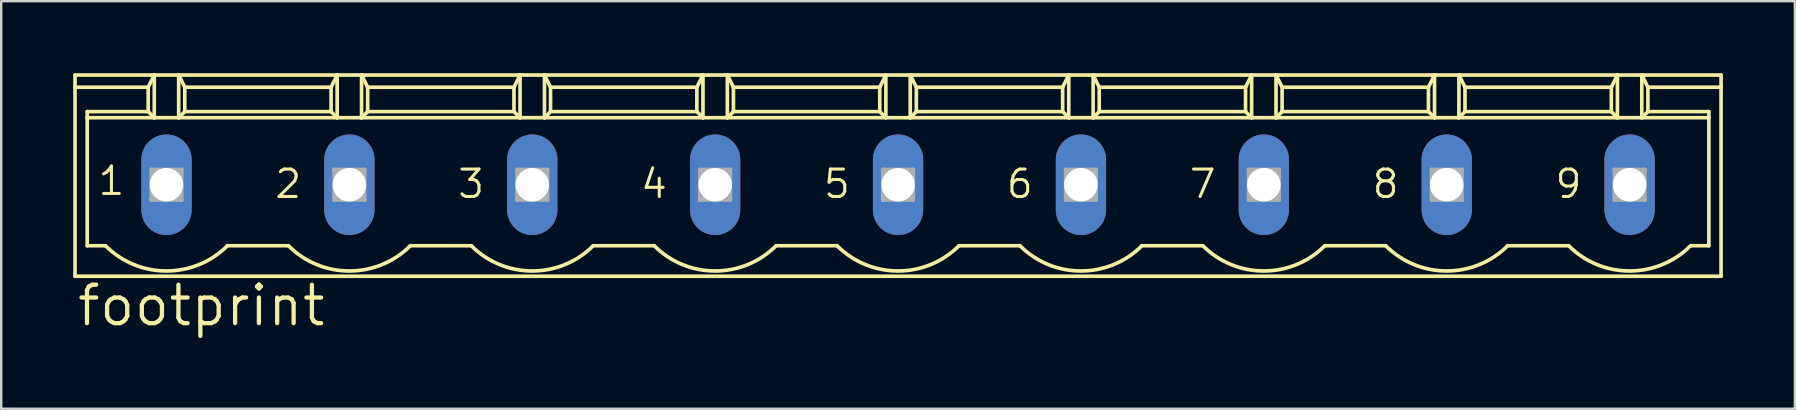
<source format=kicad_pcb>
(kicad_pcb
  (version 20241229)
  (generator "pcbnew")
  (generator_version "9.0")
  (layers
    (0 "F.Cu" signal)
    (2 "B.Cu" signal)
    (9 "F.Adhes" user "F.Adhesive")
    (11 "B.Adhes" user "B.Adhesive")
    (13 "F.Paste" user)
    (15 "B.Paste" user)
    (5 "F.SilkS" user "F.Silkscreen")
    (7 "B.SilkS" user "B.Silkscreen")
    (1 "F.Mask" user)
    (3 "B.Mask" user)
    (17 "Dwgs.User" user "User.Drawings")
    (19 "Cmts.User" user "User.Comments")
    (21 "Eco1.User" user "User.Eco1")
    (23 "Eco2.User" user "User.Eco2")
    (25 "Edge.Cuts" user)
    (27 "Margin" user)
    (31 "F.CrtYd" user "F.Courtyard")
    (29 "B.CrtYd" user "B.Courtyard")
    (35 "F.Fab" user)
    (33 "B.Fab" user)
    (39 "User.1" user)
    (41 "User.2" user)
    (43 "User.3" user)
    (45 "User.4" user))
  (footprint "footprint"
    (layer "F.Cu")
    (at 34.366 4.648)
    (property "Reference" "footprint" (at -34.29 5.969 0) (layer "F.SilkS") (effects (font (size 1.6 1.6) (thickness 0.178)) (justify left bottom)))
    (fp_line (start -34.29 -4.572) (end -30.988 -4.572) (stroke (width 0.152) (type solid)) (layer "F.SilkS"))
    (fp_line (start -34.29 -4.064) (end -34.29 -4.572) (stroke (width 0.152) (type solid)) (layer "F.SilkS"))
    (fp_line (start -34.29 -4.064) (end -31.242 -4.064) (stroke (width 0.152) (type solid)) (layer "F.SilkS"))
    (fp_line (start -34.29 3.81) (end -34.29 -4.064) (stroke (width 0.152) (type solid)) (layer "F.SilkS"))
    (fp_line (start -33.782 -3.048) (end -31.242 -3.048) (stroke (width 0.152) (type solid)) (layer "F.SilkS"))
    (fp_line (start -33.782 -2.794) (end -33.782 -3.048) (stroke (width 0.152) (type solid)) (layer "F.SilkS"))
    (fp_line (start -33.782 -2.794) (end -30.988 -2.794) (stroke (width 0.152) (type solid)) (layer "F.SilkS"))
    (fp_line (start -33.782 2.54) (end -33.782 -2.794) (stroke (width 0.152) (type solid)) (layer "F.SilkS"))
    (fp_line (start -33.02 2.54) (end -33.782 2.54) (stroke (width 0.152) (type solid)) (layer "F.SilkS"))
    (fp_line (start -31.242 -4.064) (end -30.988 -4.572) (stroke (width 0.152) (type solid)) (layer "F.SilkS"))
    (fp_line (start -31.242 -3.048) (end -31.242 -4.064) (stroke (width 0.152) (type solid)) (layer "F.SilkS"))
    (fp_line (start -31.242 -3.048) (end -30.988 -2.794) (stroke (width 0.152) (type solid)) (layer "F.SilkS"))
    (fp_line (start -30.988 -4.572) (end -29.972 -4.572) (stroke (width 0.152) (type solid)) (layer "F.SilkS"))
    (fp_line (start -30.988 -2.794) (end -30.988 -4.572) (stroke (width 0.152) (type solid)) (layer "F.SilkS"))
    (fp_line (start -30.988 -2.794) (end -29.972 -2.794) (stroke (width 0.152) (type solid)) (layer "F.SilkS"))
    (fp_line (start -29.972 -4.572) (end -29.718 -4.064) (stroke (width 0.152) (type solid)) (layer "F.SilkS"))
    (fp_line (start -29.972 -4.572) (end -23.368 -4.572) (stroke (width 0.152) (type solid)) (layer "F.SilkS"))
    (fp_line (start -29.972 -2.794) (end -29.972 -4.572) (stroke (width 0.152) (type solid)) (layer "F.SilkS"))
    (fp_line (start -29.972 -2.794) (end -23.368 -2.794) (stroke (width 0.152) (type solid)) (layer "F.SilkS"))
    (fp_line (start -29.718 -4.064) (end -29.718 -3.048) (stroke (width 0.152) (type solid)) (layer "F.SilkS"))
    (fp_line (start -29.718 -4.064) (end -23.622 -4.064) (stroke (width 0.152) (type solid)) (layer "F.SilkS"))
    (fp_line (start -29.718 -3.048) (end -29.972 -2.794) (stroke (width 0.152) (type solid)) (layer "F.SilkS"))
    (fp_line (start -25.4 2.54) (end -27.94 2.54) (stroke (width 0.152) (type solid)) (layer "F.SilkS"))
    (fp_line (start -23.622 -4.064) (end -23.622 -3.048) (stroke (width 0.152) (type solid)) (layer "F.SilkS"))
    (fp_line (start -23.622 -4.064) (end -23.368 -4.572) (stroke (width 0.152) (type solid)) (layer "F.SilkS"))
    (fp_line (start -23.622 -3.048) (end -29.718 -3.048) (stroke (width 0.152) (type solid)) (layer "F.SilkS"))
    (fp_line (start -23.622 -3.048) (end -23.368 -2.794) (stroke (width 0.152) (type solid)) (layer "F.SilkS"))
    (fp_line (start -23.368 -4.572) (end -22.352 -4.572) (stroke (width 0.152) (type solid)) (layer "F.SilkS"))
    (fp_line (start -23.368 -2.794) (end -23.368 -4.572) (stroke (width 0.152) (type solid)) (layer "F.SilkS"))
    (fp_line (start -23.368 -2.794) (end -22.352 -2.794) (stroke (width 0.152) (type solid)) (layer "F.SilkS"))
    (fp_line (start -22.352 -4.572) (end -22.098 -4.064) (stroke (width 0.152) (type solid)) (layer "F.SilkS"))
    (fp_line (start -22.352 -4.572) (end -15.748 -4.572) (stroke (width 0.152) (type solid)) (layer "F.SilkS"))
    (fp_line (start -22.352 -2.794) (end -22.352 -4.572) (stroke (width 0.152) (type solid)) (layer "F.SilkS"))
    (fp_line (start -22.352 -2.794) (end -15.748 -2.794) (stroke (width 0.152) (type solid)) (layer "F.SilkS"))
    (fp_line (start -22.098 -4.064) (end -22.098 -3.048) (stroke (width 0.152) (type solid)) (layer "F.SilkS"))
    (fp_line (start -22.098 -4.064) (end -16.002 -4.064) (stroke (width 0.152) (type solid)) (layer "F.SilkS"))
    (fp_line (start -22.098 -3.048) (end -22.352 -2.794) (stroke (width 0.152) (type solid)) (layer "F.SilkS"))
    (fp_line (start -22.098 -3.048) (end -16.002 -3.048) (stroke (width 0.152) (type solid)) (layer "F.SilkS"))
    (fp_line (start -17.78 2.54) (end -20.32 2.54) (stroke (width 0.152) (type solid)) (layer "F.SilkS"))
    (fp_line (start -16.002 -4.064) (end -15.748 -4.572) (stroke (width 0.152) (type solid)) (layer "F.SilkS"))
    (fp_line (start -16.002 -3.048) (end -16.002 -4.064) (stroke (width 0.152) (type solid)) (layer "F.SilkS"))
    (fp_line (start -16.002 -3.048) (end -15.748 -2.794) (stroke (width 0.152) (type solid)) (layer "F.SilkS"))
    (fp_line (start -15.748 -4.572) (end -14.732 -4.572) (stroke (width 0.152) (type solid)) (layer "F.SilkS"))
    (fp_line (start -15.748 -2.794) (end -15.748 -4.572) (stroke (width 0.152) (type solid)) (layer "F.SilkS"))
    (fp_line (start -15.748 -2.794) (end -14.732 -2.794) (stroke (width 0.152) (type solid)) (layer "F.SilkS"))
    (fp_line (start -14.732 -4.572) (end -14.478 -4.064) (stroke (width 0.152) (type solid)) (layer "F.SilkS"))
    (fp_line (start -14.732 -4.572) (end -8.128 -4.572) (stroke (width 0.152) (type solid)) (layer "F.SilkS"))
    (fp_line (start -14.732 -2.794) (end -14.732 -4.572) (stroke (width 0.152) (type solid)) (layer "F.SilkS"))
    (fp_line (start -14.732 -2.794) (end -8.128 -2.794) (stroke (width 0.152) (type solid)) (layer "F.SilkS"))
    (fp_line (start -14.478 -4.064) (end -14.478 -3.048) (stroke (width 0.152) (type solid)) (layer "F.SilkS"))
    (fp_line (start -14.478 -4.064) (end -8.382 -4.064) (stroke (width 0.152) (type solid)) (layer "F.SilkS"))
    (fp_line (start -14.478 -3.048) (end -14.732 -2.794) (stroke (width 0.152) (type solid)) (layer "F.SilkS"))
    (fp_line (start -10.16 2.54) (end -12.7 2.54) (stroke (width 0.152) (type solid)) (layer "F.SilkS"))
    (fp_line (start -8.382 -4.064) (end -8.382 -3.048) (stroke (width 0.152) (type solid)) (layer "F.SilkS"))
    (fp_line (start -8.382 -4.064) (end -8.128 -4.572) (stroke (width 0.152) (type solid)) (layer "F.SilkS"))
    (fp_line (start -8.382 -3.048) (end -14.478 -3.048) (stroke (width 0.152) (type solid)) (layer "F.SilkS"))
    (fp_line (start -8.382 -3.048) (end -8.128 -2.794) (stroke (width 0.152) (type solid)) (layer "F.SilkS"))
    (fp_line (start -8.128 -4.572) (end -7.112 -4.572) (stroke (width 0.152) (type solid)) (layer "F.SilkS"))
    (fp_line (start -8.128 -2.794) (end -8.128 -4.572) (stroke (width 0.152) (type solid)) (layer "F.SilkS"))
    (fp_line (start -8.128 -2.794) (end -7.112 -2.794) (stroke (width 0.152) (type solid)) (layer "F.SilkS"))
    (fp_line (start -7.112 -4.572) (end -6.858 -4.064) (stroke (width 0.152) (type solid)) (layer "F.SilkS"))
    (fp_line (start -7.112 -4.572) (end -0.508 -4.572) (stroke (width 0.152) (type solid)) (layer "F.SilkS"))
    (fp_line (start -7.112 -2.794) (end -7.112 -4.572) (stroke (width 0.152) (type solid)) (layer "F.SilkS"))
    (fp_line (start -7.112 -2.794) (end -0.508 -2.794) (stroke (width 0.152) (type solid)) (layer "F.SilkS"))
    (fp_line (start -6.858 -4.064) (end -6.858 -3.048) (stroke (width 0.152) (type solid)) (layer "F.SilkS"))
    (fp_line (start -6.858 -4.064) (end -0.762 -4.064) (stroke (width 0.152) (type solid)) (layer "F.SilkS"))
    (fp_line (start -6.858 -3.048) (end -7.112 -2.794) (stroke (width 0.152) (type solid)) (layer "F.SilkS"))
    (fp_line (start -6.858 -3.048) (end -0.762 -3.048) (stroke (width 0.152) (type solid)) (layer "F.SilkS"))
    (fp_line (start -2.54 2.54) (end -5.08 2.54) (stroke (width 0.152) (type solid)) (layer "F.SilkS"))
    (fp_line (start -0.762 -4.064) (end -0.762 -3.048) (stroke (width 0.152) (type solid)) (layer "F.SilkS"))
    (fp_line (start -0.762 -4.064) (end -0.508 -4.572) (stroke (width 0.152) (type solid)) (layer "F.SilkS"))
    (fp_line (start -0.762 -3.048) (end -0.508 -2.794) (stroke (width 0.152) (type solid)) (layer "F.SilkS"))
    (fp_line (start -0.508 -4.572) (end 0.508 -4.572) (stroke (width 0.152) (type solid)) (layer "F.SilkS"))
    (fp_line (start -0.508 -2.794) (end -0.508 -4.572) (stroke (width 0.152) (type solid)) (layer "F.SilkS"))
    (fp_line (start -0.508 -2.794) (end 0.508 -2.794) (stroke (width 0.152) (type solid)) (layer "F.SilkS"))
    (fp_line (start 0.508 -4.572) (end 0.762 -4.064) (stroke (width 0.152) (type solid)) (layer "F.SilkS"))
    (fp_line (start 0.508 -4.572) (end 7.112 -4.572) (stroke (width 0.152) (type solid)) (layer "F.SilkS"))
    (fp_line (start 0.508 -2.794) (end 0.508 -4.572) (stroke (width 0.152) (type solid)) (layer "F.SilkS"))
    (fp_line (start 0.508 -2.794) (end 7.112 -2.794) (stroke (width 0.152) (type solid)) (layer "F.SilkS"))
    (fp_line (start 0.762 -4.064) (end 0.762 -3.048) (stroke (width 0.152) (type solid)) (layer "F.SilkS"))
    (fp_line (start 0.762 -4.064) (end 6.858 -4.064) (stroke (width 0.152) (type solid)) (layer "F.SilkS"))
    (fp_line (start 0.762 -3.048) (end 0.508 -2.794) (stroke (width 0.152) (type solid)) (layer "F.SilkS"))
    (fp_line (start 0.762 -3.048) (end 6.858 -3.048) (stroke (width 0.152) (type solid)) (layer "F.SilkS"))
    (fp_line (start 5.08 2.54) (end 2.54 2.54) (stroke (width 0.152) (type solid)) (layer "F.SilkS"))
    (fp_line (start 6.858 -4.064) (end 6.858 -3.048) (stroke (width 0.152) (type solid)) (layer "F.SilkS"))
    (fp_line (start 6.858 -4.064) (end 7.112 -4.572) (stroke (width 0.152) (type solid)) (layer "F.SilkS"))
    (fp_line (start 6.858 -3.048) (end 7.112 -2.794) (stroke (width 0.152) (type solid)) (layer "F.SilkS"))
    (fp_line (start 7.112 -4.572) (end 8.128 -4.572) (stroke (width 0.152) (type solid)) (layer "F.SilkS"))
    (fp_line (start 7.112 -2.794) (end 7.112 -4.572) (stroke (width 0.152) (type solid)) (layer "F.SilkS"))
    (fp_line (start 7.112 -2.794) (end 8.128 -2.794) (stroke (width 0.152) (type solid)) (layer "F.SilkS"))
    (fp_line (start 8.128 -4.572) (end 8.382 -4.064) (stroke (width 0.152) (type solid)) (layer "F.SilkS"))
    (fp_line (start 8.128 -4.572) (end 14.732 -4.572) (stroke (width 0.152) (type solid)) (layer "F.SilkS"))
    (fp_line (start 8.128 -2.794) (end 8.128 -4.572) (stroke (width 0.152) (type solid)) (layer "F.SilkS"))
    (fp_line (start 8.128 -2.794) (end 14.732 -2.794) (stroke (width 0.152) (type solid)) (layer "F.SilkS"))
    (fp_line (start 8.382 -4.064) (end 8.382 -3.048) (stroke (width 0.152) (type solid)) (layer "F.SilkS"))
    (fp_line (start 8.382 -4.064) (end 14.478 -4.064) (stroke (width 0.152) (type solid)) (layer "F.SilkS"))
    (fp_line (start 8.382 -3.048) (end 8.128 -2.794) (stroke (width 0.152) (type solid)) (layer "F.SilkS"))
    (fp_line (start 8.382 -3.048) (end 14.478 -3.048) (stroke (width 0.152) (type solid)) (layer "F.SilkS"))
    (fp_line (start 12.7 2.54) (end 10.16 2.54) (stroke (width 0.152) (type solid)) (layer "F.SilkS"))
    (fp_line (start 14.478 -4.064) (end 14.478 -3.048) (stroke (width 0.152) (type solid)) (layer "F.SilkS"))
    (fp_line (start 14.478 -4.064) (end 14.732 -4.572) (stroke (width 0.152) (type solid)) (layer "F.SilkS"))
    (fp_line (start 14.478 -3.048) (end 14.732 -2.794) (stroke (width 0.152) (type solid)) (layer "F.SilkS"))
    (fp_line (start 14.732 -4.572) (end 15.748 -4.572) (stroke (width 0.152) (type solid)) (layer "F.SilkS"))
    (fp_line (start 14.732 -2.794) (end 14.732 -4.572) (stroke (width 0.152) (type solid)) (layer "F.SilkS"))
    (fp_line (start 14.732 -2.794) (end 15.748 -2.794) (stroke (width 0.152) (type solid)) (layer "F.SilkS"))
    (fp_line (start 15.748 -4.572) (end 16.002 -4.064) (stroke (width 0.152) (type solid)) (layer "F.SilkS"))
    (fp_line (start 15.748 -4.572) (end 22.352 -4.572) (stroke (width 0.152) (type solid)) (layer "F.SilkS"))
    (fp_line (start 15.748 -2.794) (end 15.748 -4.572) (stroke (width 0.152) (type solid)) (layer "F.SilkS"))
    (fp_line (start 15.748 -2.794) (end 22.352 -2.794) (stroke (width 0.152) (type solid)) (layer "F.SilkS"))
    (fp_line (start 16.002 -4.064) (end 16.002 -3.048) (stroke (width 0.152) (type solid)) (layer "F.SilkS"))
    (fp_line (start 16.002 -4.064) (end 22.098 -4.064) (stroke (width 0.152) (type solid)) (layer "F.SilkS"))
    (fp_line (start 16.002 -3.048) (end 15.748 -2.794) (stroke (width 0.152) (type solid)) (layer "F.SilkS"))
    (fp_line (start 16.002 -3.048) (end 22.098 -3.048) (stroke (width 0.152) (type solid)) (layer "F.SilkS"))
    (fp_line (start 20.32 2.54) (end 17.78 2.54) (stroke (width 0.152) (type solid)) (layer "F.SilkS"))
    (fp_line (start 22.098 -4.064) (end 22.098 -3.048) (stroke (width 0.152) (type solid)) (layer "F.SilkS"))
    (fp_line (start 22.098 -4.064) (end 22.352 -4.572) (stroke (width 0.152) (type solid)) (layer "F.SilkS"))
    (fp_line (start 22.098 -3.048) (end 22.352 -2.794) (stroke (width 0.152) (type solid)) (layer "F.SilkS"))
    (fp_line (start 22.352 -4.572) (end 23.368 -4.572) (stroke (width 0.152) (type solid)) (layer "F.SilkS"))
    (fp_line (start 22.352 -2.794) (end 22.352 -4.572) (stroke (width 0.152) (type solid)) (layer "F.SilkS"))
    (fp_line (start 22.352 -2.794) (end 23.368 -2.794) (stroke (width 0.152) (type solid)) (layer "F.SilkS"))
    (fp_line (start 23.368 -4.572) (end 23.622 -4.064) (stroke (width 0.152) (type solid)) (layer "F.SilkS"))
    (fp_line (start 23.368 -4.572) (end 29.972 -4.572) (stroke (width 0.152) (type solid)) (layer "F.SilkS"))
    (fp_line (start 23.368 -2.794) (end 23.368 -4.572) (stroke (width 0.152) (type solid)) (layer "F.SilkS"))
    (fp_line (start 23.368 -2.794) (end 29.972 -2.794) (stroke (width 0.152) (type solid)) (layer "F.SilkS"))
    (fp_line (start 23.622 -4.064) (end 23.622 -3.048) (stroke (width 0.152) (type solid)) (layer "F.SilkS"))
    (fp_line (start 23.622 -4.064) (end 29.718 -4.064) (stroke (width 0.152) (type solid)) (layer "F.SilkS"))
    (fp_line (start 23.622 -3.048) (end 23.368 -2.794) (stroke (width 0.152) (type solid)) (layer "F.SilkS"))
    (fp_line (start 23.622 -3.048) (end 29.718 -3.048) (stroke (width 0.152) (type solid)) (layer "F.SilkS"))
    (fp_line (start 27.94 2.54) (end 25.4 2.54) (stroke (width 0.152) (type solid)) (layer "F.SilkS"))
    (fp_line (start 29.718 -4.064) (end 29.718 -3.048) (stroke (width 0.152) (type solid)) (layer "F.SilkS"))
    (fp_line (start 29.718 -4.064) (end 29.972 -4.572) (stroke (width 0.152) (type solid)) (layer "F.SilkS"))
    (fp_line (start 29.718 -3.048) (end 29.972 -2.794) (stroke (width 0.152) (type solid)) (layer "F.SilkS"))
    (fp_line (start 29.972 -4.572) (end 30.988 -4.572) (stroke (width 0.152) (type solid)) (layer "F.SilkS"))
    (fp_line (start 29.972 -2.794) (end 29.972 -4.572) (stroke (width 0.152) (type solid)) (layer "F.SilkS"))
    (fp_line (start 29.972 -2.794) (end 30.988 -2.794) (stroke (width 0.152) (type solid)) (layer "F.SilkS"))
    (fp_line (start 30.988 -4.572) (end 31.242 -4.064) (stroke (width 0.152) (type solid)) (layer "F.SilkS"))
    (fp_line (start 30.988 -4.572) (end 34.29 -4.572) (stroke (width 0.152) (type solid)) (layer "F.SilkS"))
    (fp_line (start 30.988 -2.794) (end 30.988 -4.572) (stroke (width 0.152) (type solid)) (layer "F.SilkS"))
    (fp_line (start 30.988 -2.794) (end 33.782 -2.794) (stroke (width 0.152) (type solid)) (layer "F.SilkS"))
    (fp_line (start 31.242 -4.064) (end 31.242 -3.048) (stroke (width 0.152) (type solid)) (layer "F.SilkS"))
    (fp_line (start 31.242 -4.064) (end 34.29 -4.064) (stroke (width 0.152) (type solid)) (layer "F.SilkS"))
    (fp_line (start 31.242 -3.048) (end 30.988 -2.794) (stroke (width 0.152) (type solid)) (layer "F.SilkS"))
    (fp_line (start 31.242 -3.048) (end 33.782 -3.048) (stroke (width 0.152) (type solid)) (layer "F.SilkS"))
    (fp_line (start 33.782 -3.048) (end 33.782 -2.794) (stroke (width 0.152) (type solid)) (layer "F.SilkS"))
    (fp_line (start 33.782 -2.794) (end 33.782 2.54) (stroke (width 0.152) (type solid)) (layer "F.SilkS"))
    (fp_line (start 33.782 2.54) (end 33.02 2.54) (stroke (width 0.152) (type solid)) (layer "F.SilkS"))
    (fp_line (start 34.29 -4.064) (end 34.29 -4.572) (stroke (width 0.152) (type solid)) (layer "F.SilkS"))
    (fp_line (start 34.29 3.81) (end -34.29 3.81) (stroke (width 0.152) (type solid)) (layer "F.SilkS"))
    (fp_line (start 34.29 3.81) (end 34.29 -4.064) (stroke (width 0.152) (type solid)) (layer "F.SilkS"))
    (fp_arc (start -27.94 2.54) (mid -30.48 3.592102) (end -33.02 2.54) (stroke (width 0.1524) (type solid)) (layer "F.SilkS"))
    (fp_arc (start -20.32 2.54) (mid -22.86 3.592102) (end -25.4 2.54) (stroke (width 0.1524) (type solid)) (layer "F.SilkS"))
    (fp_arc (start -12.7 2.54) (mid -15.24 3.592102) (end -17.78 2.54) (stroke (width 0.1524) (type solid)) (layer "F.SilkS"))
    (fp_arc (start -5.08 2.54) (mid -7.62 3.592102) (end -10.16 2.54) (stroke (width 0.1524) (type solid)) (layer "F.SilkS"))
    (fp_arc (start 2.54 2.54) (mid 0 3.592102) (end -2.54 2.54) (stroke (width 0.1524) (type solid)) (layer "F.SilkS"))
    (fp_arc (start 10.16 2.54) (mid 7.62 3.592102) (end 5.08 2.54) (stroke (width 0.1524) (type solid)) (layer "F.SilkS"))
    (fp_arc (start 17.78 2.54) (mid 15.24 3.592102) (end 12.7 2.54) (stroke (width 0.1524) (type solid)) (layer "F.SilkS"))
    (fp_arc (start 25.4 2.54) (mid 22.86 3.592102) (end 20.32 2.54) (stroke (width 0.1524) (type solid)) (layer "F.SilkS"))
    (fp_arc (start 33.02 2.54) (mid 30.48 3.592102) (end 27.94 2.54) (stroke (width 0.1524) (type solid)) (layer "F.SilkS"))
    (fp_line (start -31.115 -0.635) (end -31.115 0.635) (stroke (width 0.152) (type solid)) (layer "F.Fab"))
    (fp_line (start -31.115 -0.635) (end -29.845 0.635) (stroke (width 0.152) (type solid)) (layer "F.Fab"))
    (fp_line (start -31.115 0.635) (end -29.845 -0.635) (stroke (width 0.152) (type solid)) (layer "F.Fab"))
    (fp_line (start -31.115 0.635) (end -29.845 0.635) (stroke (width 0.152) (type solid)) (layer "F.Fab"))
    (fp_line (start -29.845 -0.635) (end -31.115 -0.635) (stroke (width 0.152) (type solid)) (layer "F.Fab"))
    (fp_line (start -29.845 0.635) (end -29.845 -0.635) (stroke (width 0.152) (type solid)) (layer "F.Fab"))
    (fp_line (start -23.495 -0.635) (end -23.495 0.635) (stroke (width 0.152) (type solid)) (layer "F.Fab"))
    (fp_line (start -23.495 -0.635) (end -22.225 0.635) (stroke (width 0.152) (type solid)) (layer "F.Fab"))
    (fp_line (start -23.495 0.635) (end -22.225 -0.635) (stroke (width 0.152) (type solid)) (layer "F.Fab"))
    (fp_line (start -23.495 0.635) (end -22.225 0.635) (stroke (width 0.152) (type solid)) (layer "F.Fab"))
    (fp_line (start -22.225 -0.635) (end -23.495 -0.635) (stroke (width 0.152) (type solid)) (layer "F.Fab"))
    (fp_line (start -22.225 0.635) (end -22.225 -0.635) (stroke (width 0.152) (type solid)) (layer "F.Fab"))
    (fp_line (start -15.875 -0.635) (end -15.875 0.635) (stroke (width 0.152) (type solid)) (layer "F.Fab"))
    (fp_line (start -15.875 -0.635) (end -14.605 0.635) (stroke (width 0.152) (type solid)) (layer "F.Fab"))
    (fp_line (start -15.875 0.635) (end -14.605 -0.635) (stroke (width 0.152) (type solid)) (layer "F.Fab"))
    (fp_line (start -15.875 0.635) (end -14.605 0.635) (stroke (width 0.152) (type solid)) (layer "F.Fab"))
    (fp_line (start -14.605 -0.635) (end -15.875 -0.635) (stroke (width 0.152) (type solid)) (layer "F.Fab"))
    (fp_line (start -14.605 0.635) (end -14.605 -0.635) (stroke (width 0.152) (type solid)) (layer "F.Fab"))
    (fp_line (start -8.255 -0.635) (end -8.255 0.635) (stroke (width 0.152) (type solid)) (layer "F.Fab"))
    (fp_line (start -8.255 -0.635) (end -6.985 0.635) (stroke (width 0.152) (type solid)) (layer "F.Fab"))
    (fp_line (start -8.255 0.635) (end -6.985 -0.635) (stroke (width 0.152) (type solid)) (layer "F.Fab"))
    (fp_line (start -8.255 0.635) (end -6.985 0.635) (stroke (width 0.152) (type solid)) (layer "F.Fab"))
    (fp_line (start -6.985 -0.635) (end -8.255 -0.635) (stroke (width 0.152) (type solid)) (layer "F.Fab"))
    (fp_line (start -6.985 0.635) (end -6.985 -0.635) (stroke (width 0.152) (type solid)) (layer "F.Fab"))
    (fp_line (start -0.635 -0.635) (end -0.635 0.635) (stroke (width 0.152) (type solid)) (layer "F.Fab"))
    (fp_line (start -0.635 -0.635) (end 0.635 0.635) (stroke (width 0.152) (type solid)) (layer "F.Fab"))
    (fp_line (start -0.635 0.635) (end 0.635 -0.635) (stroke (width 0.152) (type solid)) (layer "F.Fab"))
    (fp_line (start -0.635 0.635) (end 0.635 0.635) (stroke (width 0.152) (type solid)) (layer "F.Fab"))
    (fp_line (start 0.635 -0.635) (end -0.635 -0.635) (stroke (width 0.152) (type solid)) (layer "F.Fab"))
    (fp_line (start 0.635 0.635) (end 0.635 -0.635) (stroke (width 0.152) (type solid)) (layer "F.Fab"))
    (fp_line (start 6.985 -0.635) (end 6.985 0.635) (stroke (width 0.152) (type solid)) (layer "F.Fab"))
    (fp_line (start 6.985 -0.635) (end 8.255 0.635) (stroke (width 0.152) (type solid)) (layer "F.Fab"))
    (fp_line (start 6.985 0.635) (end 8.255 -0.635) (stroke (width 0.152) (type solid)) (layer "F.Fab"))
    (fp_line (start 6.985 0.635) (end 8.255 0.635) (stroke (width 0.152) (type solid)) (layer "F.Fab"))
    (fp_line (start 8.255 -0.635) (end 6.985 -0.635) (stroke (width 0.152) (type solid)) (layer "F.Fab"))
    (fp_line (start 8.255 0.635) (end 8.255 -0.635) (stroke (width 0.152) (type solid)) (layer "F.Fab"))
    (fp_line (start 14.605 -0.635) (end 14.605 0.635) (stroke (width 0.152) (type solid)) (layer "F.Fab"))
    (fp_line (start 14.605 -0.635) (end 15.875 0.635) (stroke (width 0.152) (type solid)) (layer "F.Fab"))
    (fp_line (start 14.605 0.635) (end 15.875 -0.635) (stroke (width 0.152) (type solid)) (layer "F.Fab"))
    (fp_line (start 14.605 0.635) (end 15.875 0.635) (stroke (width 0.152) (type solid)) (layer "F.Fab"))
    (fp_line (start 15.875 -0.635) (end 14.605 -0.635) (stroke (width 0.152) (type solid)) (layer "F.Fab"))
    (fp_line (start 15.875 0.635) (end 15.875 -0.635) (stroke (width 0.152) (type solid)) (layer "F.Fab"))
    (fp_line (start 22.225 -0.635) (end 22.225 0.635) (stroke (width 0.152) (type solid)) (layer "F.Fab"))
    (fp_line (start 22.225 -0.635) (end 23.495 0.635) (stroke (width 0.152) (type solid)) (layer "F.Fab"))
    (fp_line (start 22.225 0.635) (end 23.495 -0.635) (stroke (width 0.152) (type solid)) (layer "F.Fab"))
    (fp_line (start 22.225 0.635) (end 23.495 0.635) (stroke (width 0.152) (type solid)) (layer "F.Fab"))
    (fp_line (start 23.495 -0.635) (end 22.225 -0.635) (stroke (width 0.152) (type solid)) (layer "F.Fab"))
    (fp_line (start 23.495 0.635) (end 23.495 -0.635) (stroke (width 0.152) (type solid)) (layer "F.Fab"))
    (fp_line (start 29.845 -0.635) (end 29.845 0.635) (stroke (width 0.152) (type solid)) (layer "F.Fab"))
    (fp_line (start 29.845 -0.635) (end 31.115 0.635) (stroke (width 0.152) (type solid)) (layer "F.Fab"))
    (fp_line (start 29.845 0.635) (end 31.115 -0.635) (stroke (width 0.152) (type solid)) (layer "F.Fab"))
    (fp_line (start 29.845 0.635) (end 31.115 0.635) (stroke (width 0.152) (type solid)) (layer "F.Fab"))
    (fp_line (start 31.115 -0.635) (end 29.845 -0.635) (stroke (width 0.152) (type solid)) (layer "F.Fab"))
    (fp_line (start 31.115 0.635) (end 31.115 -0.635) (stroke (width 0.152) (type solid)) (layer "F.Fab"))
    (fp_text user "2" (at -26.035 0.635 0) (layer "F.SilkS") (effects (font (size 1.143 1.143) (thickness 0.127)) (justify left bottom)))
    (fp_text user "5" (at -3.175 0.635 0) (layer "F.SilkS") (effects (font (size 1.143 1.143) (thickness 0.127)) (justify left bottom)))
    (fp_text user "7" (at 12.065 0.635 0) (layer "F.SilkS") (effects (font (size 1.143 1.143) (thickness 0.127)) (justify left bottom)))
    (fp_text user "9" (at 27.305 0.635 0) (layer "F.SilkS") (effects (font (size 1.143 1.143) (thickness 0.127)) (justify left bottom)))
    (fp_text user "6" (at 4.445 0.635 0) (layer "F.SilkS") (effects (font (size 1.143 1.143) (thickness 0.127)) (justify left bottom)))
    (fp_text user "1" (at -33.401 0.508 0) (layer "F.SilkS") (effects (font (size 1.143 1.143) (thickness 0.127)) (justify left bottom)))
    (fp_text user "4" (at -10.795 0.635 0) (layer "F.SilkS") (effects (font (size 1.143 1.143) (thickness 0.127)) (justify left bottom)))
    (fp_text user "8" (at 19.685 0.635 0) (layer "F.SilkS") (effects (font (size 1.143 1.143) (thickness 0.127)) (justify left bottom)))
    (fp_text user "3" (at -18.415 0.635 0) (layer "F.SilkS") (effects (font (size 1.143 1.143) (thickness 0.127)) (justify left bottom)))
    (pad "1" thru_hole oval (at -30.48 0 90) (size 4.191 2.095) (drill 1.397) (layers "*.Cu" "*.Mask"))
    (pad "2" thru_hole oval (at -22.86 0 90) (size 4.191 2.095) (drill 1.397) (layers "*.Cu" "*.Mask"))
    (pad "3" thru_hole oval (at -15.24 0 90) (size 4.191 2.095) (drill 1.397) (layers "*.Cu" "*.Mask"))
    (pad "4" thru_hole oval (at -7.62 0 90) (size 4.191 2.095) (drill 1.397) (layers "*.Cu" "*.Mask"))
    (pad "5" thru_hole oval (at 0 0 90) (size 4.191 2.095) (drill 1.397) (layers "*.Cu" "*.Mask"))
    (pad "6" thru_hole oval (at 7.62 0 90) (size 4.191 2.095) (drill 1.397) (layers "*.Cu" "*.Mask"))
    (pad "7" thru_hole oval (at 15.24 0 90) (size 4.191 2.095) (drill 1.397) (layers "*.Cu" "*.Mask"))
    (pad "8" thru_hole oval (at 22.86 0 90) (size 4.191 2.095) (drill 1.397) (layers "*.Cu" "*.Mask"))
    (pad "9" thru_hole oval (at 30.48 0 90) (size 4.191 2.095) (drill 1.397) (layers "*.Cu" "*.Mask")))
  (gr_rect
    (start -3 -3)
    (end 71.732 13.98)
    (stroke (width 0.1) (type default))
    (fill no)
    (layer "Edge.Cuts")))
</source>
